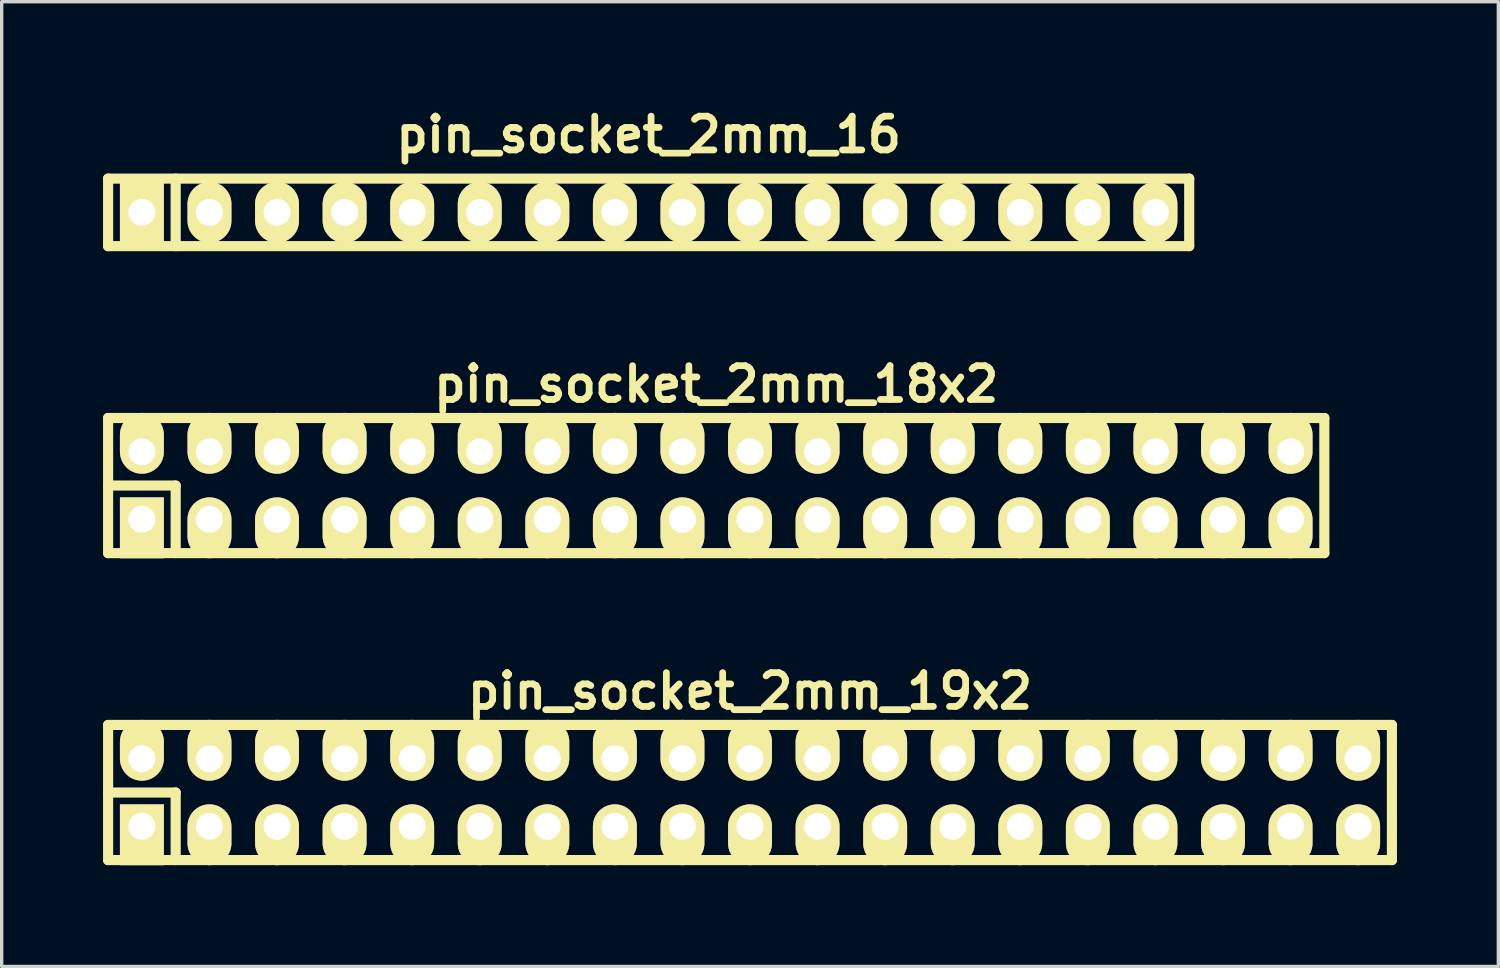
<source format=kicad_pcb>
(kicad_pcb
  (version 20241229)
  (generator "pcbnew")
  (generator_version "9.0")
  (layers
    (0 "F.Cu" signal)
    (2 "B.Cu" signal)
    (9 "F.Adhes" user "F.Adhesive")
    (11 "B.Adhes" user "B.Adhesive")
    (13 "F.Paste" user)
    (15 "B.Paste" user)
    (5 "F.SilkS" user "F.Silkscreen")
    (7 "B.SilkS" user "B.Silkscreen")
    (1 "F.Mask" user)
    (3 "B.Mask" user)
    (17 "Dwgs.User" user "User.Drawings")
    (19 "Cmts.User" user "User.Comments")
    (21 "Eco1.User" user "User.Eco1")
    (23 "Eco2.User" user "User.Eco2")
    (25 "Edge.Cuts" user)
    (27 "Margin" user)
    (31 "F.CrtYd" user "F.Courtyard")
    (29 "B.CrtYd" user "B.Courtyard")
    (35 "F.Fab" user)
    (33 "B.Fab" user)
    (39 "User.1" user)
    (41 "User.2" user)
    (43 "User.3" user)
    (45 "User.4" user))
  (footprint "pin_socket_2mm_18x2"
    (layer "F.Cu")
    (at 18.15 11.322)
    (property "Reference" "pin_socket_2mm_18x2" (at 0 -3 0) (layer "F.SilkS") (effects (font (size 1 1) (thickness 0.2))))
    (attr through_hole)
    (fp_line (start -18 -2) (end 18 -2) (stroke (width 0.3) (type solid)) (layer "F.SilkS"))
    (fp_line (start -18 0) (end -16 0) (stroke (width 0.3) (type solid)) (layer "F.SilkS"))
    (fp_line (start -18 2) (end -18 -2) (stroke (width 0.3) (type solid)) (layer "F.SilkS"))
    (fp_line (start -16 0) (end -16 2) (stroke (width 0.3) (type solid)) (layer "F.SilkS"))
    (fp_line (start 18 -2) (end 18 2) (stroke (width 0.3) (type solid)) (layer "F.SilkS"))
    (fp_line (start 18 2) (end -18 2) (stroke (width 0.3) (type solid)) (layer "F.SilkS"))
    (pad "1" thru_hole rect (at -17 1) (size 1.3 1.8) (drill 0.8 (offset 0 0.25)) (layers "*.Cu" "*.Mask" "F.SilkS"))
    (pad "2" thru_hole oval (at -17 -1) (size 1.3 1.8) (drill 0.8 (offset 0 -0.25)) (layers "*.Cu" "*.Mask" "F.SilkS"))
    (pad "3" thru_hole oval (at -15 1) (size 1.3 1.8) (drill 0.8 (offset 0 0.25)) (layers "*.Cu" "*.Mask" "F.SilkS"))
    (pad "4" thru_hole oval (at -15 -1) (size 1.3 1.8) (drill 0.8 (offset 0 -0.25)) (layers "*.Cu" "*.Mask" "F.SilkS"))
    (pad "5" thru_hole oval (at -13 1) (size 1.3 1.8) (drill 0.8 (offset 0 0.25)) (layers "*.Cu" "*.Mask" "F.SilkS"))
    (pad "6" thru_hole oval (at -13 -1) (size 1.3 1.8) (drill 0.8 (offset 0 -0.25)) (layers "*.Cu" "*.Mask" "F.SilkS"))
    (pad "7" thru_hole oval (at -11 1) (size 1.3 1.8) (drill 0.8 (offset 0 0.25)) (layers "*.Cu" "*.Mask" "F.SilkS"))
    (pad "8" thru_hole oval (at -11 -1) (size 1.3 1.8) (drill 0.8 (offset 0 -0.25)) (layers "*.Cu" "*.Mask" "F.SilkS"))
    (pad "9" thru_hole oval (at -9 1) (size 1.3 1.8) (drill 0.8 (offset 0 0.25)) (layers "*.Cu" "*.Mask" "F.SilkS"))
    (pad "10" thru_hole oval (at -9 -1) (size 1.3 1.8) (drill 0.8 (offset 0 -0.25)) (layers "*.Cu" "*.Mask" "F.SilkS"))
    (pad "11" thru_hole oval (at -7 1) (size 1.3 1.8) (drill 0.8 (offset 0 0.25)) (layers "*.Cu" "*.Mask" "F.SilkS"))
    (pad "12" thru_hole oval (at -7 -1) (size 1.3 1.8) (drill 0.8 (offset 0 -0.25)) (layers "*.Cu" "*.Mask" "F.SilkS"))
    (pad "13" thru_hole oval (at -5 1) (size 1.3 1.8) (drill 0.8 (offset 0 0.25)) (layers "*.Cu" "*.Mask" "F.SilkS"))
    (pad "14" thru_hole oval (at -5 -1) (size 1.3 1.8) (drill 0.8 (offset 0 -0.25)) (layers "*.Cu" "*.Mask" "F.SilkS"))
    (pad "15" thru_hole oval (at -3 1) (size 1.3 1.8) (drill 0.8 (offset 0 0.25)) (layers "*.Cu" "*.Mask" "F.SilkS"))
    (pad "16" thru_hole oval (at -3 -1) (size 1.3 1.8) (drill 0.8 (offset 0 -0.25)) (layers "*.Cu" "*.Mask" "F.SilkS"))
    (pad "17" thru_hole oval (at -1 1) (size 1.3 1.8) (drill 0.8 (offset 0 0.25)) (layers "*.Cu" "*.Mask" "F.SilkS"))
    (pad "18" thru_hole oval (at -1 -1) (size 1.3 1.8) (drill 0.8 (offset 0 -0.25)) (layers "*.Cu" "*.Mask" "F.SilkS"))
    (pad "19" thru_hole oval (at 1 1) (size 1.3 1.8) (drill 0.8 (offset 0 0.25)) (layers "*.Cu" "*.Mask" "F.SilkS"))
    (pad "20" thru_hole oval (at 1 -1) (size 1.3 1.8) (drill 0.8 (offset 0 -0.25)) (layers "*.Cu" "*.Mask" "F.SilkS"))
    (pad "21" thru_hole oval (at 3 1) (size 1.3 1.8) (drill 0.8 (offset 0 0.25)) (layers "*.Cu" "*.Mask" "F.SilkS"))
    (pad "22" thru_hole oval (at 3 -1) (size 1.3 1.8) (drill 0.8 (offset 0 -0.25)) (layers "*.Cu" "*.Mask" "F.SilkS"))
    (pad "23" thru_hole oval (at 5 1) (size 1.3 1.8) (drill 0.8 (offset 0 0.25)) (layers "*.Cu" "*.Mask" "F.SilkS"))
    (pad "24" thru_hole oval (at 5 -1) (size 1.3 1.8) (drill 0.8 (offset 0 -0.25)) (layers "*.Cu" "*.Mask" "F.SilkS"))
    (pad "25" thru_hole oval (at 7 1) (size 1.3 1.8) (drill 0.8 (offset 0 0.25)) (layers "*.Cu" "*.Mask" "F.SilkS"))
    (pad "26" thru_hole oval (at 7 -1) (size 1.3 1.8) (drill 0.8 (offset 0 -0.25)) (layers "*.Cu" "*.Mask" "F.SilkS"))
    (pad "27" thru_hole oval (at 9 1) (size 1.3 1.8) (drill 0.8 (offset 0 0.25)) (layers "*.Cu" "*.Mask" "F.SilkS"))
    (pad "28" thru_hole oval (at 9 -1) (size 1.3 1.8) (drill 0.8 (offset 0 -0.25)) (layers "*.Cu" "*.Mask" "F.SilkS"))
    (pad "29" thru_hole oval (at 11 1) (size 1.3 1.8) (drill 0.8 (offset 0 0.25)) (layers "*.Cu" "*.Mask" "F.SilkS"))
    (pad "30" thru_hole oval (at 11 -1) (size 1.3 1.8) (drill 0.8 (offset 0 -0.25)) (layers "*.Cu" "*.Mask" "F.SilkS"))
    (pad "31" thru_hole oval (at 13 1) (size 1.3 1.8) (drill 0.8 (offset 0 0.25)) (layers "*.Cu" "*.Mask" "F.SilkS"))
    (pad "32" thru_hole oval (at 13 -1) (size 1.3 1.8) (drill 0.8 (offset 0 -0.25)) (layers "*.Cu" "*.Mask" "F.SilkS"))
    (pad "33" thru_hole oval (at 15 1) (size 1.3 1.8) (drill 0.8 (offset 0 0.25)) (layers "*.Cu" "*.Mask" "F.SilkS"))
    (pad "34" thru_hole oval (at 15 -1) (size 1.3 1.8) (drill 0.8 (offset 0 -0.25)) (layers "*.Cu" "*.Mask" "F.SilkS"))
    (pad "35" thru_hole oval (at 17 1) (size 1.3 1.8) (drill 0.8 (offset 0 0.25)) (layers "*.Cu" "*.Mask" "F.SilkS"))
    (pad "36" thru_hole oval (at 17 -1) (size 1.3 1.8) (drill 0.8 (offset 0 -0.25)) (layers "*.Cu" "*.Mask" "F.SilkS")))
  (footprint "pin_socket_2mm_16"
    (layer "F.Cu")
    (at 16.15 3.236)
    (property "Reference" "pin_socket_2mm_16" (at 0 -2.3 0) (layer "F.SilkS") (effects (font (size 1 1) (thickness 0.2))))
    (attr through_hole)
    (fp_line (start -16 -1) (end 16 -1) (stroke (width 0.3) (type solid)) (layer "F.SilkS"))
    (fp_line (start -16 1) (end -16 -1) (stroke (width 0.3) (type solid)) (layer "F.SilkS"))
    (fp_line (start -14 -1) (end -14 1) (stroke (width 0.3) (type solid)) (layer "F.SilkS"))
    (fp_line (start 16 -1) (end 16 1) (stroke (width 0.3) (type solid)) (layer "F.SilkS"))
    (fp_line (start 16 1) (end -16 1) (stroke (width 0.3) (type solid)) (layer "F.SilkS"))
    (pad "1" thru_hole rect (at -15 0) (size 1.3 1.8) (drill 0.8) (layers "*.Cu" "*.Mask" "F.SilkS"))
    (pad "2" thru_hole oval (at -13 0) (size 1.3 1.8) (drill 0.8) (layers "*.Cu" "*.Mask" "F.SilkS"))
    (pad "3" thru_hole oval (at -11 0) (size 1.3 1.8) (drill 0.8) (layers "*.Cu" "*.Mask" "F.SilkS"))
    (pad "4" thru_hole oval (at -9 0) (size 1.3 1.8) (drill 0.8) (layers "*.Cu" "*.Mask" "F.SilkS"))
    (pad "5" thru_hole oval (at -7 0) (size 1.3 1.8) (drill 0.8) (layers "*.Cu" "*.Mask" "F.SilkS"))
    (pad "6" thru_hole oval (at -5 0) (size 1.3 1.8) (drill 0.8) (layers "*.Cu" "*.Mask" "F.SilkS"))
    (pad "7" thru_hole oval (at -3 0) (size 1.3 1.8) (drill 0.8) (layers "*.Cu" "*.Mask" "F.SilkS"))
    (pad "8" thru_hole oval (at -1 0) (size 1.3 1.8) (drill 0.8) (layers "*.Cu" "*.Mask" "F.SilkS"))
    (pad "9" thru_hole oval (at 1 0) (size 1.3 1.8) (drill 0.8) (layers "*.Cu" "*.Mask" "F.SilkS"))
    (pad "10" thru_hole oval (at 3 0) (size 1.3 1.8) (drill 0.8) (layers "*.Cu" "*.Mask" "F.SilkS"))
    (pad "11" thru_hole oval (at 5 0) (size 1.3 1.8) (drill 0.8) (layers "*.Cu" "*.Mask" "F.SilkS"))
    (pad "12" thru_hole oval (at 7 0) (size 1.3 1.8) (drill 0.8) (layers "*.Cu" "*.Mask" "F.SilkS"))
    (pad "13" thru_hole oval (at 9 0) (size 1.3 1.8) (drill 0.8) (layers "*.Cu" "*.Mask" "F.SilkS"))
    (pad "14" thru_hole oval (at 11 0) (size 1.3 1.8) (drill 0.8) (layers "*.Cu" "*.Mask" "F.SilkS"))
    (pad "15" thru_hole oval (at 13 0) (size 1.3 1.8) (drill 0.8) (layers "*.Cu" "*.Mask" "F.SilkS"))
    (pad "16" thru_hole oval (at 15 0) (size 1.3 1.8) (drill 0.8) (layers "*.Cu" "*.Mask" "F.SilkS")))
  (footprint "pin_socket_2mm_19x2"
    (layer "F.Cu")
    (at 19.15 20.408)
    (property "Reference" "pin_socket_2mm_19x2" (at 0 -3 0) (layer "F.SilkS") (effects (font (size 1 1) (thickness 0.2))))
    (attr through_hole)
    (fp_line (start -19 -2) (end 19 -2) (stroke (width 0.3) (type solid)) (layer "F.SilkS"))
    (fp_line (start -19 0) (end -17 0) (stroke (width 0.3) (type solid)) (layer "F.SilkS"))
    (fp_line (start -19 2) (end -19 -2) (stroke (width 0.3) (type solid)) (layer "F.SilkS"))
    (fp_line (start -17 0) (end -17 2) (stroke (width 0.3) (type solid)) (layer "F.SilkS"))
    (fp_line (start 19 -2) (end 19 2) (stroke (width 0.3) (type solid)) (layer "F.SilkS"))
    (fp_line (start 19 2) (end -19 2) (stroke (width 0.3) (type solid)) (layer "F.SilkS"))
    (pad "1" thru_hole rect (at -18 1) (size 1.3 1.8) (drill 0.8 (offset 0 0.25)) (layers "*.Cu" "*.Mask" "F.SilkS"))
    (pad "2" thru_hole oval (at -18 -1) (size 1.3 1.8) (drill 0.8 (offset 0 -0.25)) (layers "*.Cu" "*.Mask" "F.SilkS"))
    (pad "3" thru_hole oval (at -16 1) (size 1.3 1.8) (drill 0.8 (offset 0 0.25)) (layers "*.Cu" "*.Mask" "F.SilkS"))
    (pad "4" thru_hole oval (at -16 -1) (size 1.3 1.8) (drill 0.8 (offset 0 -0.25)) (layers "*.Cu" "*.Mask" "F.SilkS"))
    (pad "5" thru_hole oval (at -14 1) (size 1.3 1.8) (drill 0.8 (offset 0 0.25)) (layers "*.Cu" "*.Mask" "F.SilkS"))
    (pad "6" thru_hole oval (at -14 -1) (size 1.3 1.8) (drill 0.8 (offset 0 -0.25)) (layers "*.Cu" "*.Mask" "F.SilkS"))
    (pad "7" thru_hole oval (at -12 1) (size 1.3 1.8) (drill 0.8 (offset 0 0.25)) (layers "*.Cu" "*.Mask" "F.SilkS"))
    (pad "8" thru_hole oval (at -12 -1) (size 1.3 1.8) (drill 0.8 (offset 0 -0.25)) (layers "*.Cu" "*.Mask" "F.SilkS"))
    (pad "9" thru_hole oval (at -10 1) (size 1.3 1.8) (drill 0.8 (offset 0 0.25)) (layers "*.Cu" "*.Mask" "F.SilkS"))
    (pad "10" thru_hole oval (at -10 -1) (size 1.3 1.8) (drill 0.8 (offset 0 -0.25)) (layers "*.Cu" "*.Mask" "F.SilkS"))
    (pad "11" thru_hole oval (at -8 1) (size 1.3 1.8) (drill 0.8 (offset 0 0.25)) (layers "*.Cu" "*.Mask" "F.SilkS"))
    (pad "12" thru_hole oval (at -8 -1) (size 1.3 1.8) (drill 0.8 (offset 0 -0.25)) (layers "*.Cu" "*.Mask" "F.SilkS"))
    (pad "13" thru_hole oval (at -6 1) (size 1.3 1.8) (drill 0.8 (offset 0 0.25)) (layers "*.Cu" "*.Mask" "F.SilkS"))
    (pad "14" thru_hole oval (at -6 -1) (size 1.3 1.8) (drill 0.8 (offset 0 -0.25)) (layers "*.Cu" "*.Mask" "F.SilkS"))
    (pad "15" thru_hole oval (at -4 1) (size 1.3 1.8) (drill 0.8 (offset 0 0.25)) (layers "*.Cu" "*.Mask" "F.SilkS"))
    (pad "16" thru_hole oval (at -4 -1) (size 1.3 1.8) (drill 0.8 (offset 0 -0.25)) (layers "*.Cu" "*.Mask" "F.SilkS"))
    (pad "17" thru_hole oval (at -2 1) (size 1.3 1.8) (drill 0.8 (offset 0 0.25)) (layers "*.Cu" "*.Mask" "F.SilkS"))
    (pad "18" thru_hole oval (at -2 -1) (size 1.3 1.8) (drill 0.8 (offset 0 -0.25)) (layers "*.Cu" "*.Mask" "F.SilkS"))
    (pad "19" thru_hole oval (at 0 1) (size 1.3 1.8) (drill 0.8 (offset 0 0.25)) (layers "*.Cu" "*.Mask" "F.SilkS"))
    (pad "20" thru_hole oval (at 0 -1) (size 1.3 1.8) (drill 0.8 (offset 0 -0.25)) (layers "*.Cu" "*.Mask" "F.SilkS"))
    (pad "21" thru_hole oval (at 2 1) (size 1.3 1.8) (drill 0.8 (offset 0 0.25)) (layers "*.Cu" "*.Mask" "F.SilkS"))
    (pad "22" thru_hole oval (at 2 -1) (size 1.3 1.8) (drill 0.8 (offset 0 -0.25)) (layers "*.Cu" "*.Mask" "F.SilkS"))
    (pad "23" thru_hole oval (at 4 1) (size 1.3 1.8) (drill 0.8 (offset 0 0.25)) (layers "*.Cu" "*.Mask" "F.SilkS"))
    (pad "24" thru_hole oval (at 4 -1) (size 1.3 1.8) (drill 0.8 (offset 0 -0.25)) (layers "*.Cu" "*.Mask" "F.SilkS"))
    (pad "25" thru_hole oval (at 6 1) (size 1.3 1.8) (drill 0.8 (offset 0 0.25)) (layers "*.Cu" "*.Mask" "F.SilkS"))
    (pad "26" thru_hole oval (at 6 -1) (size 1.3 1.8) (drill 0.8 (offset 0 -0.25)) (layers "*.Cu" "*.Mask" "F.SilkS"))
    (pad "27" thru_hole oval (at 8 1) (size 1.3 1.8) (drill 0.8 (offset 0 0.25)) (layers "*.Cu" "*.Mask" "F.SilkS"))
    (pad "28" thru_hole oval (at 8 -1) (size 1.3 1.8) (drill 0.8 (offset 0 -0.25)) (layers "*.Cu" "*.Mask" "F.SilkS"))
    (pad "29" thru_hole oval (at 10 1) (size 1.3 1.8) (drill 0.8 (offset 0 0.25)) (layers "*.Cu" "*.Mask" "F.SilkS"))
    (pad "30" thru_hole oval (at 10 -1) (size 1.3 1.8) (drill 0.8 (offset 0 -0.25)) (layers "*.Cu" "*.Mask" "F.SilkS"))
    (pad "31" thru_hole oval (at 12 1) (size 1.3 1.8) (drill 0.8 (offset 0 0.25)) (layers "*.Cu" "*.Mask" "F.SilkS"))
    (pad "32" thru_hole oval (at 12 -1) (size 1.3 1.8) (drill 0.8 (offset 0 -0.25)) (layers "*.Cu" "*.Mask" "F.SilkS"))
    (pad "33" thru_hole oval (at 14 1) (size 1.3 1.8) (drill 0.8 (offset 0 0.25)) (layers "*.Cu" "*.Mask" "F.SilkS"))
    (pad "34" thru_hole oval (at 14 -1) (size 1.3 1.8) (drill 0.8 (offset 0 -0.25)) (layers "*.Cu" "*.Mask" "F.SilkS"))
    (pad "35" thru_hole oval (at 16 1) (size 1.3 1.8) (drill 0.8 (offset 0 0.25)) (layers "*.Cu" "*.Mask" "F.SilkS"))
    (pad "36" thru_hole oval (at 16 -1) (size 1.3 1.8) (drill 0.8 (offset 0 -0.25)) (layers "*.Cu" "*.Mask" "F.SilkS"))
    (pad "37" thru_hole oval (at 18 1) (size 1.3 1.8) (drill 0.8 (offset 0 0.25)) (layers "*.Cu" "*.Mask" "F.SilkS"))
    (pad "38" thru_hole oval (at 18 -1) (size 1.3 1.8) (drill 0.8 (offset 0 -0.25)) (layers "*.Cu" "*.Mask" "F.SilkS")))
  (gr_rect
    (start -3 -3)
    (end 41.3 25.558)
    (stroke (width 0.1) (type default))
    (fill no)
    (layer "Edge.Cuts")))
</source>
